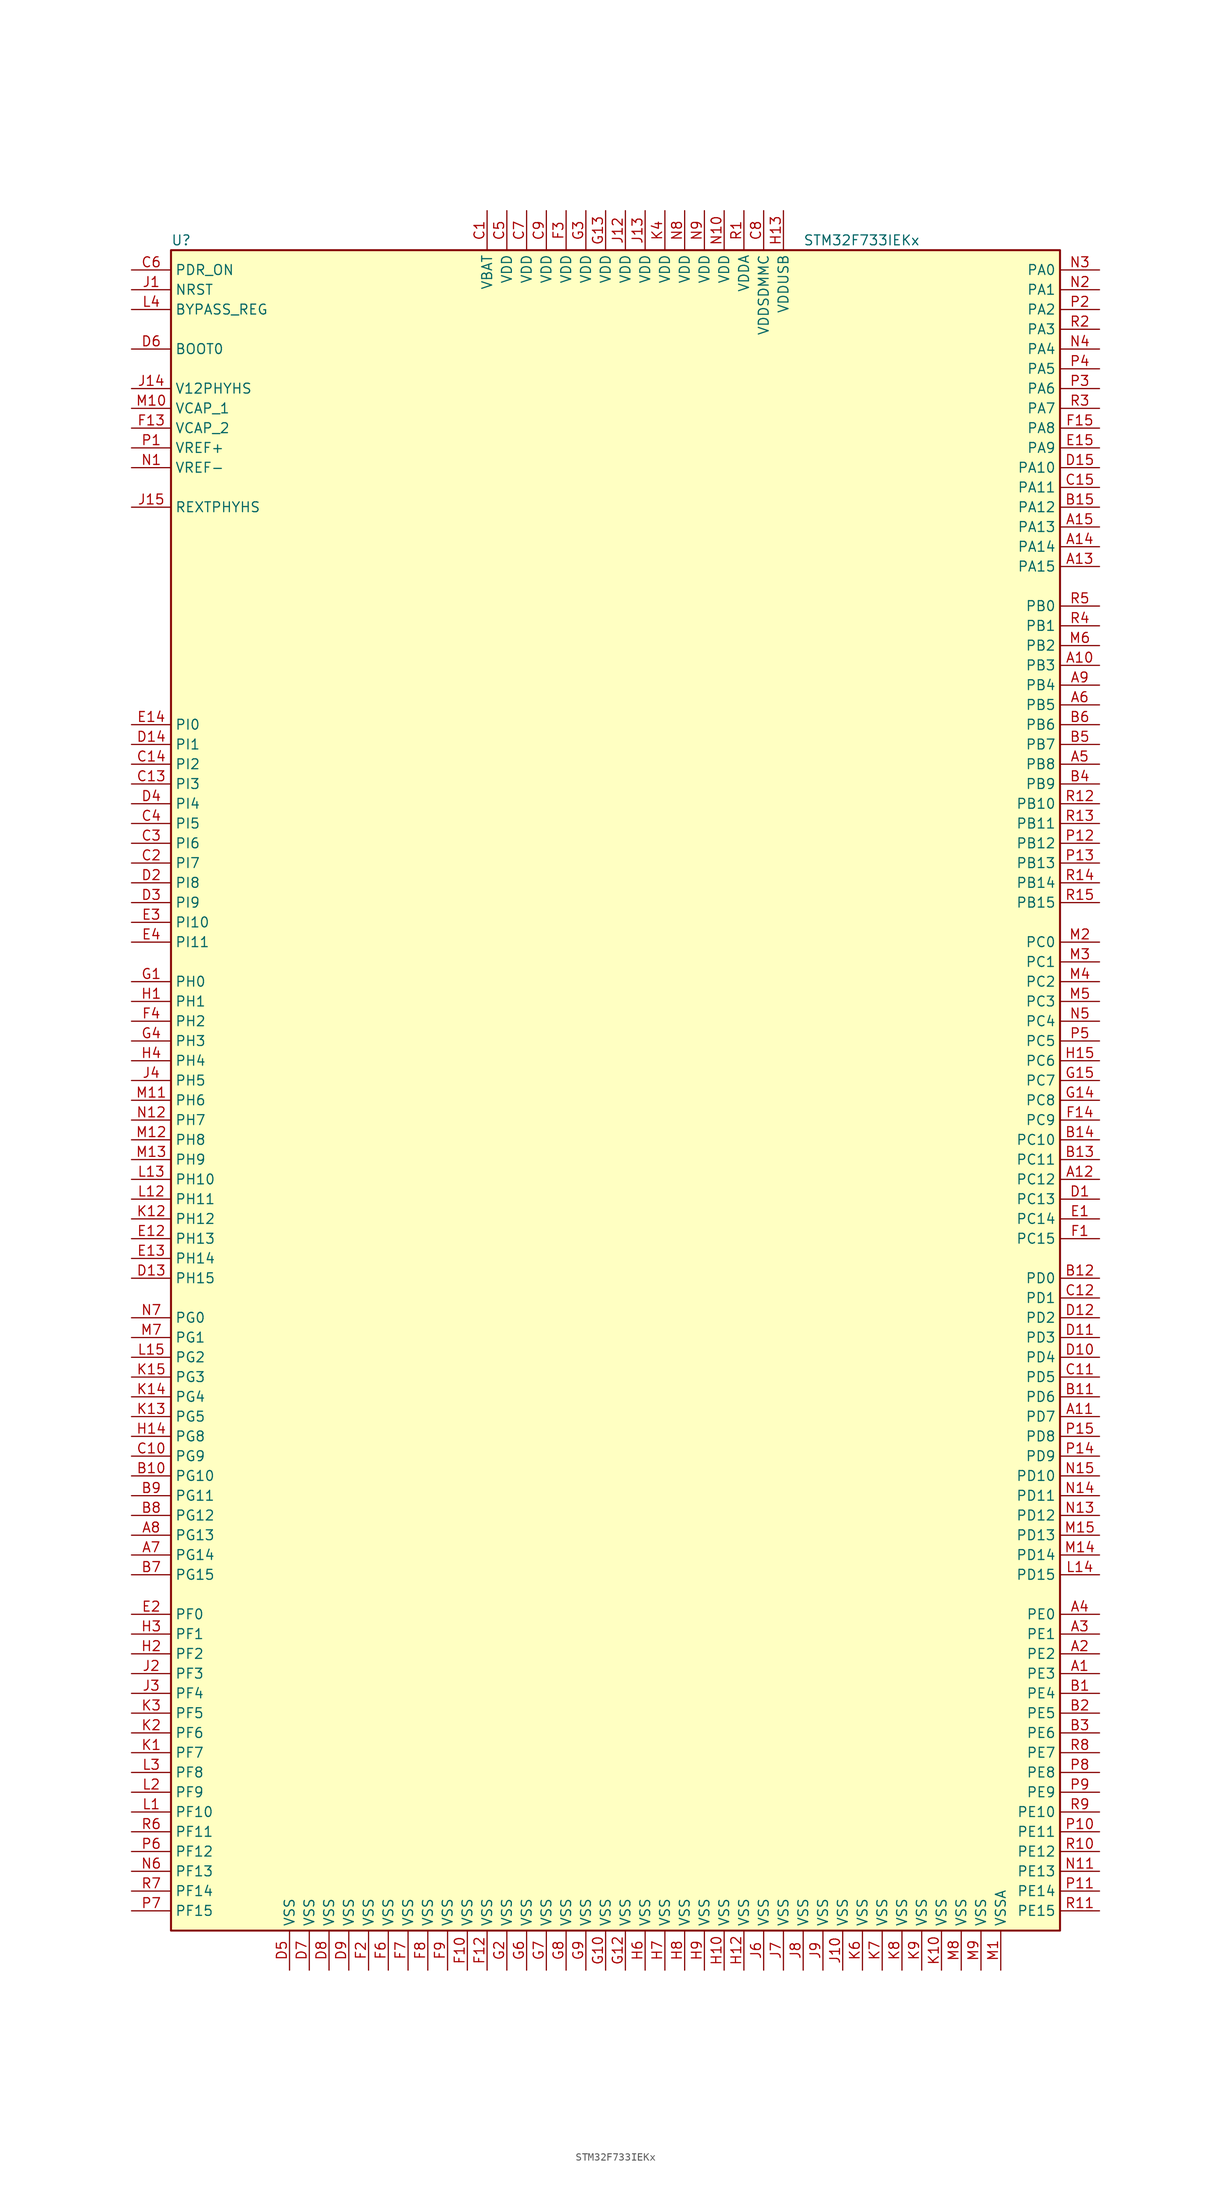
<source format=kicad_sym>
(kicad_symbol_lib
  (version 20220914)
  (generator kicad_symbol_editor)
  (symbol "STM32F733IEKx"
    (property "Reference" "U"
      (at -58.42 107.95 0)
      (effects (font (size 1.27 1.27)) (justify left)))
    (property "Value" "STM32F733IEKx"
      (at 22.86 107.95 0)
      (effects (font (size 1.27 1.27)) (justify left)))
    (symbol "STM32F733IEKx_0_1"
      (rectangle (start -58.42 -109.22) (end 55.88 106.68) (stroke (width 0.254) (type default)) (fill (type background))))
    (symbol "STM32F733IEKx_1_1"
      (pin bidirectional line (at 60.96 -76.2 180) (length 5.08) (name "PE3" (effects (font (size 1.27 1.27)))) (number "A1" (effects (font (size 1.27 1.27)))))
      (pin bidirectional line (at 60.96 53.34 180) (length 5.08) (name "PB3" (effects (font (size 1.27 1.27)))) (number "A10" (effects (font (size 1.27 1.27)))))
      (pin bidirectional line (at 60.96 -43.18 180) (length 5.08) (name "PD7" (effects (font (size 1.27 1.27)))) (number "A11" (effects (font (size 1.27 1.27)))))
      (pin bidirectional line (at 60.96 -12.7 180) (length 5.08) (name "PC12" (effects (font (size 1.27 1.27)))) (number "A12" (effects (font (size 1.27 1.27)))))
      (pin bidirectional line (at 60.96 66.04 180) (length 5.08) (name "PA15" (effects (font (size 1.27 1.27)))) (number "A13" (effects (font (size 1.27 1.27)))))
      (pin bidirectional line (at 60.96 68.58 180) (length 5.08) (name "PA14" (effects (font (size 1.27 1.27)))) (number "A14" (effects (font (size 1.27 1.27)))))
      (pin bidirectional line (at 60.96 71.12 180) (length 5.08) (name "PA13" (effects (font (size 1.27 1.27)))) (number "A15" (effects (font (size 1.27 1.27)))))
      (pin bidirectional line (at 60.96 -73.66 180) (length 5.08) (name "PE2" (effects (font (size 1.27 1.27)))) (number "A2" (effects (font (size 1.27 1.27)))))
      (pin bidirectional line (at 60.96 -71.12 180) (length 5.08) (name "PE1" (effects (font (size 1.27 1.27)))) (number "A3" (effects (font (size 1.27 1.27)))))
      (pin bidirectional line (at 60.96 -68.58 180) (length 5.08) (name "PE0" (effects (font (size 1.27 1.27)))) (number "A4" (effects (font (size 1.27 1.27)))))
      (pin bidirectional line (at 60.96 40.64 180) (length 5.08) (name "PB8" (effects (font (size 1.27 1.27)))) (number "A5" (effects (font (size 1.27 1.27)))))
      (pin bidirectional line (at 60.96 48.26 180) (length 5.08) (name "PB5" (effects (font (size 1.27 1.27)))) (number "A6" (effects (font (size 1.27 1.27)))))
      (pin bidirectional line (at -63.5 -60.96 0) (length 5.08) (name "PG14" (effects (font (size 1.27 1.27)))) (number "A7" (effects (font (size 1.27 1.27)))))
      (pin bidirectional line (at -63.5 -58.42 0) (length 5.08) (name "PG13" (effects (font (size 1.27 1.27)))) (number "A8" (effects (font (size 1.27 1.27)))))
      (pin bidirectional line (at 60.96 50.8 180) (length 5.08) (name "PB4" (effects (font (size 1.27 1.27)))) (number "A9" (effects (font (size 1.27 1.27)))))
      (pin bidirectional line (at 60.96 -78.74 180) (length 5.08) (name "PE4" (effects (font (size 1.27 1.27)))) (number "B1" (effects (font (size 1.27 1.27)))))
      (pin bidirectional line (at -63.5 -50.8 0) (length 5.08) (name "PG10" (effects (font (size 1.27 1.27)))) (number "B10" (effects (font (size 1.27 1.27)))))
      (pin bidirectional line (at 60.96 -40.64 180) (length 5.08) (name "PD6" (effects (font (size 1.27 1.27)))) (number "B11" (effects (font (size 1.27 1.27)))))
      (pin bidirectional line (at 60.96 -25.4 180) (length 5.08) (name "PD0" (effects (font (size 1.27 1.27)))) (number "B12" (effects (font (size 1.27 1.27)))))
      (pin bidirectional line (at 60.96 -10.16 180) (length 5.08) (name "PC11" (effects (font (size 1.27 1.27)))) (number "B13" (effects (font (size 1.27 1.27)))))
      (pin bidirectional line (at 60.96 -7.62 180) (length 5.08) (name "PC10" (effects (font (size 1.27 1.27)))) (number "B14" (effects (font (size 1.27 1.27)))))
      (pin bidirectional line (at 60.96 73.66 180) (length 5.08) (name "PA12" (effects (font (size 1.27 1.27)))) (number "B15" (effects (font (size 1.27 1.27)))))
      (pin bidirectional line (at 60.96 -81.28 180) (length 5.08) (name "PE5" (effects (font (size 1.27 1.27)))) (number "B2" (effects (font (size 1.27 1.27)))))
      (pin bidirectional line (at 60.96 -83.82 180) (length 5.08) (name "PE6" (effects (font (size 1.27 1.27)))) (number "B3" (effects (font (size 1.27 1.27)))))
      (pin bidirectional line (at 60.96 38.1 180) (length 5.08) (name "PB9" (effects (font (size 1.27 1.27)))) (number "B4" (effects (font (size 1.27 1.27)))))
      (pin bidirectional line (at 60.96 43.18 180) (length 5.08) (name "PB7" (effects (font (size 1.27 1.27)))) (number "B5" (effects (font (size 1.27 1.27)))))
      (pin bidirectional line (at 60.96 45.72 180) (length 5.08) (name "PB6" (effects (font (size 1.27 1.27)))) (number "B6" (effects (font (size 1.27 1.27)))))
      (pin bidirectional line (at -63.5 -63.5 0) (length 5.08) (name "PG15" (effects (font (size 1.27 1.27)))) (number "B7" (effects (font (size 1.27 1.27)))))
      (pin bidirectional line (at -63.5 -55.88 0) (length 5.08) (name "PG12" (effects (font (size 1.27 1.27)))) (number "B8" (effects (font (size 1.27 1.27)))))
      (pin bidirectional line (at -63.5 -53.34 0) (length 5.08) (name "PG11" (effects (font (size 1.27 1.27)))) (number "B9" (effects (font (size 1.27 1.27)))))
      (pin power_in line (at -17.78 111.76 270) (length 5.08) (name "VBAT" (effects (font (size 1.27 1.27)))) (number "C1" (effects (font (size 1.27 1.27)))))
      (pin bidirectional line (at -63.5 -48.26 0) (length 5.08) (name "PG9" (effects (font (size 1.27 1.27)))) (number "C10" (effects (font (size 1.27 1.27)))))
      (pin bidirectional line (at 60.96 -38.1 180) (length 5.08) (name "PD5" (effects (font (size 1.27 1.27)))) (number "C11" (effects (font (size 1.27 1.27)))))
      (pin bidirectional line (at 60.96 -27.94 180) (length 5.08) (name "PD1" (effects (font (size 1.27 1.27)))) (number "C12" (effects (font (size 1.27 1.27)))))
      (pin bidirectional line (at -63.5 38.1 0) (length 5.08) (name "PI3" (effects (font (size 1.27 1.27)))) (number "C13" (effects (font (size 1.27 1.27)))))
      (pin bidirectional line (at -63.5 40.64 0) (length 5.08) (name "PI2" (effects (font (size 1.27 1.27)))) (number "C14" (effects (font (size 1.27 1.27)))))
      (pin bidirectional line (at 60.96 76.2 180) (length 5.08) (name "PA11" (effects (font (size 1.27 1.27)))) (number "C15" (effects (font (size 1.27 1.27)))))
      (pin bidirectional line (at -63.5 27.94 0) (length 5.08) (name "PI7" (effects (font (size 1.27 1.27)))) (number "C2" (effects (font (size 1.27 1.27)))))
      (pin bidirectional line (at -63.5 30.48 0) (length 5.08) (name "PI6" (effects (font (size 1.27 1.27)))) (number "C3" (effects (font (size 1.27 1.27)))))
      (pin bidirectional line (at -63.5 33.02 0) (length 5.08) (name "PI5" (effects (font (size 1.27 1.27)))) (number "C4" (effects (font (size 1.27 1.27)))))
      (pin power_in line (at -15.24 111.76 270) (length 5.08) (name "VDD" (effects (font (size 1.27 1.27)))) (number "C5" (effects (font (size 1.27 1.27)))))
      (pin input line (at -63.5 104.14 0) (length 5.08) (name "PDR_ON" (effects (font (size 1.27 1.27)))) (number "C6" (effects (font (size 1.27 1.27)))))
      (pin power_in line (at -12.7 111.76 270) (length 5.08) (name "VDD" (effects (font (size 1.27 1.27)))) (number "C7" (effects (font (size 1.27 1.27)))))
      (pin power_in line (at 17.78 111.76 270) (length 5.08) (name "VDDSDMMC" (effects (font (size 1.27 1.27)))) (number "C8" (effects (font (size 1.27 1.27)))))
      (pin power_in line (at -10.16 111.76 270) (length 5.08) (name "VDD" (effects (font (size 1.27 1.27)))) (number "C9" (effects (font (size 1.27 1.27)))))
      (pin bidirectional line (at 60.96 -15.24 180) (length 5.08) (name "PC13" (effects (font (size 1.27 1.27)))) (number "D1" (effects (font (size 1.27 1.27)))))
      (pin bidirectional line (at 60.96 -35.56 180) (length 5.08) (name "PD4" (effects (font (size 1.27 1.27)))) (number "D10" (effects (font (size 1.27 1.27)))))
      (pin bidirectional line (at 60.96 -33.02 180) (length 5.08) (name "PD3" (effects (font (size 1.27 1.27)))) (number "D11" (effects (font (size 1.27 1.27)))))
      (pin bidirectional line (at 60.96 -30.48 180) (length 5.08) (name "PD2" (effects (font (size 1.27 1.27)))) (number "D12" (effects (font (size 1.27 1.27)))))
      (pin bidirectional line (at -63.5 -25.4 0) (length 5.08) (name "PH15" (effects (font (size 1.27 1.27)))) (number "D13" (effects (font (size 1.27 1.27)))))
      (pin bidirectional line (at -63.5 43.18 0) (length 5.08) (name "PI1" (effects (font (size 1.27 1.27)))) (number "D14" (effects (font (size 1.27 1.27)))))
      (pin bidirectional line (at 60.96 78.74 180) (length 5.08) (name "PA10" (effects (font (size 1.27 1.27)))) (number "D15" (effects (font (size 1.27 1.27)))))
      (pin bidirectional line (at -63.5 25.4 0) (length 5.08) (name "PI8" (effects (font (size 1.27 1.27)))) (number "D2" (effects (font (size 1.27 1.27)))))
      (pin bidirectional line (at -63.5 22.86 0) (length 5.08) (name "PI9" (effects (font (size 1.27 1.27)))) (number "D3" (effects (font (size 1.27 1.27)))))
      (pin bidirectional line (at -63.5 35.56 0) (length 5.08) (name "PI4" (effects (font (size 1.27 1.27)))) (number "D4" (effects (font (size 1.27 1.27)))))
      (pin power_in line (at -43.18 -114.3 90) (length 5.08) (name "VSS" (effects (font (size 1.27 1.27)))) (number "D5" (effects (font (size 1.27 1.27)))))
      (pin input line (at -63.5 93.98 0) (length 5.08) (name "BOOT0" (effects (font (size 1.27 1.27)))) (number "D6" (effects (font (size 1.27 1.27)))))
      (pin power_in line (at -40.64 -114.3 90) (length 5.08) (name "VSS" (effects (font (size 1.27 1.27)))) (number "D7" (effects (font (size 1.27 1.27)))))
      (pin power_in line (at -38.1 -114.3 90) (length 5.08) (name "VSS" (effects (font (size 1.27 1.27)))) (number "D8" (effects (font (size 1.27 1.27)))))
      (pin power_in line (at -35.56 -114.3 90) (length 5.08) (name "VSS" (effects (font (size 1.27 1.27)))) (number "D9" (effects (font (size 1.27 1.27)))))
      (pin bidirectional line (at 60.96 -17.78 180) (length 5.08) (name "PC14" (effects (font (size 1.27 1.27)))) (number "E1" (effects (font (size 1.27 1.27)))))
      (pin bidirectional line (at -63.5 -20.32 0) (length 5.08) (name "PH13" (effects (font (size 1.27 1.27)))) (number "E12" (effects (font (size 1.27 1.27)))))
      (pin bidirectional line (at -63.5 -22.86 0) (length 5.08) (name "PH14" (effects (font (size 1.27 1.27)))) (number "E13" (effects (font (size 1.27 1.27)))))
      (pin bidirectional line (at -63.5 45.72 0) (length 5.08) (name "PI0" (effects (font (size 1.27 1.27)))) (number "E14" (effects (font (size 1.27 1.27)))))
      (pin bidirectional line (at 60.96 81.28 180) (length 5.08) (name "PA9" (effects (font (size 1.27 1.27)))) (number "E15" (effects (font (size 1.27 1.27)))))
      (pin bidirectional line (at -63.5 -68.58 0) (length 5.08) (name "PF0" (effects (font (size 1.27 1.27)))) (number "E2" (effects (font (size 1.27 1.27)))))
      (pin bidirectional line (at -63.5 20.32 0) (length 5.08) (name "PI10" (effects (font (size 1.27 1.27)))) (number "E3" (effects (font (size 1.27 1.27)))))
      (pin bidirectional line (at -63.5 17.78 0) (length 5.08) (name "PI11" (effects (font (size 1.27 1.27)))) (number "E4" (effects (font (size 1.27 1.27)))))
      (pin bidirectional line (at 60.96 -20.32 180) (length 5.08) (name "PC15" (effects (font (size 1.27 1.27)))) (number "F1" (effects (font (size 1.27 1.27)))))
      (pin power_in line (at -20.32 -114.3 90) (length 5.08) (name "VSS" (effects (font (size 1.27 1.27)))) (number "F10" (effects (font (size 1.27 1.27)))))
      (pin power_in line (at -17.78 -114.3 90) (length 5.08) (name "VSS" (effects (font (size 1.27 1.27)))) (number "F12" (effects (font (size 1.27 1.27)))))
      (pin power_in line (at -63.5 83.82 0) (length 5.08) (name "VCAP_2" (effects (font (size 1.27 1.27)))) (number "F13" (effects (font (size 1.27 1.27)))))
      (pin bidirectional line (at 60.96 -5.08 180) (length 5.08) (name "PC9" (effects (font (size 1.27 1.27)))) (number "F14" (effects (font (size 1.27 1.27)))))
      (pin bidirectional line (at 60.96 83.82 180) (length 5.08) (name "PA8" (effects (font (size 1.27 1.27)))) (number "F15" (effects (font (size 1.27 1.27)))))
      (pin power_in line (at -33.02 -114.3 90) (length 5.08) (name "VSS" (effects (font (size 1.27 1.27)))) (number "F2" (effects (font (size 1.27 1.27)))))
      (pin power_in line (at -7.62 111.76 270) (length 5.08) (name "VDD" (effects (font (size 1.27 1.27)))) (number "F3" (effects (font (size 1.27 1.27)))))
      (pin bidirectional line (at -63.5 7.62 0) (length 5.08) (name "PH2" (effects (font (size 1.27 1.27)))) (number "F4" (effects (font (size 1.27 1.27)))))
      (pin power_in line (at -30.48 -114.3 90) (length 5.08) (name "VSS" (effects (font (size 1.27 1.27)))) (number "F6" (effects (font (size 1.27 1.27)))))
      (pin power_in line (at -27.94 -114.3 90) (length 5.08) (name "VSS" (effects (font (size 1.27 1.27)))) (number "F7" (effects (font (size 1.27 1.27)))))
      (pin power_in line (at -25.4 -114.3 90) (length 5.08) (name "VSS" (effects (font (size 1.27 1.27)))) (number "F8" (effects (font (size 1.27 1.27)))))
      (pin power_in line (at -22.86 -114.3 90) (length 5.08) (name "VSS" (effects (font (size 1.27 1.27)))) (number "F9" (effects (font (size 1.27 1.27)))))
      (pin input line (at -63.5 12.7 0) (length 5.08) (name "PH0" (effects (font (size 1.27 1.27)))) (number "G1" (effects (font (size 1.27 1.27)))))
      (pin power_in line (at -2.54 -114.3 90) (length 5.08) (name "VSS" (effects (font (size 1.27 1.27)))) (number "G10" (effects (font (size 1.27 1.27)))))
      (pin power_in line (at 0 -114.3 90) (length 5.08) (name "VSS" (effects (font (size 1.27 1.27)))) (number "G12" (effects (font (size 1.27 1.27)))))
      (pin power_in line (at -2.54 111.76 270) (length 5.08) (name "VDD" (effects (font (size 1.27 1.27)))) (number "G13" (effects (font (size 1.27 1.27)))))
      (pin bidirectional line (at 60.96 -2.54 180) (length 5.08) (name "PC8" (effects (font (size 1.27 1.27)))) (number "G14" (effects (font (size 1.27 1.27)))))
      (pin bidirectional line (at 60.96 0 180) (length 5.08) (name "PC7" (effects (font (size 1.27 1.27)))) (number "G15" (effects (font (size 1.27 1.27)))))
      (pin power_in line (at -15.24 -114.3 90) (length 5.08) (name "VSS" (effects (font (size 1.27 1.27)))) (number "G2" (effects (font (size 1.27 1.27)))))
      (pin power_in line (at -5.08 111.76 270) (length 5.08) (name "VDD" (effects (font (size 1.27 1.27)))) (number "G3" (effects (font (size 1.27 1.27)))))
      (pin bidirectional line (at -63.5 5.08 0) (length 5.08) (name "PH3" (effects (font (size 1.27 1.27)))) (number "G4" (effects (font (size 1.27 1.27)))))
      (pin power_in line (at -12.7 -114.3 90) (length 5.08) (name "VSS" (effects (font (size 1.27 1.27)))) (number "G6" (effects (font (size 1.27 1.27)))))
      (pin power_in line (at -10.16 -114.3 90) (length 5.08) (name "VSS" (effects (font (size 1.27 1.27)))) (number "G7" (effects (font (size 1.27 1.27)))))
      (pin power_in line (at -7.62 -114.3 90) (length 5.08) (name "VSS" (effects (font (size 1.27 1.27)))) (number "G8" (effects (font (size 1.27 1.27)))))
      (pin power_in line (at -5.08 -114.3 90) (length 5.08) (name "VSS" (effects (font (size 1.27 1.27)))) (number "G9" (effects (font (size 1.27 1.27)))))
      (pin input line (at -63.5 10.16 0) (length 5.08) (name "PH1" (effects (font (size 1.27 1.27)))) (number "H1" (effects (font (size 1.27 1.27)))))
      (pin power_in line (at 12.7 -114.3 90) (length 5.08) (name "VSS" (effects (font (size 1.27 1.27)))) (number "H10" (effects (font (size 1.27 1.27)))))
      (pin power_in line (at 15.24 -114.3 90) (length 5.08) (name "VSS" (effects (font (size 1.27 1.27)))) (number "H12" (effects (font (size 1.27 1.27)))))
      (pin power_in line (at 20.32 111.76 270) (length 5.08) (name "VDDUSB" (effects (font (size 1.27 1.27)))) (number "H13" (effects (font (size 1.27 1.27)))))
      (pin bidirectional line (at -63.5 -45.72 0) (length 5.08) (name "PG8" (effects (font (size 1.27 1.27)))) (number "H14" (effects (font (size 1.27 1.27)))))
      (pin bidirectional line (at 60.96 2.54 180) (length 5.08) (name "PC6" (effects (font (size 1.27 1.27)))) (number "H15" (effects (font (size 1.27 1.27)))))
      (pin bidirectional line (at -63.5 -73.66 0) (length 5.08) (name "PF2" (effects (font (size 1.27 1.27)))) (number "H2" (effects (font (size 1.27 1.27)))))
      (pin bidirectional line (at -63.5 -71.12 0) (length 5.08) (name "PF1" (effects (font (size 1.27 1.27)))) (number "H3" (effects (font (size 1.27 1.27)))))
      (pin bidirectional line (at -63.5 2.54 0) (length 5.08) (name "PH4" (effects (font (size 1.27 1.27)))) (number "H4" (effects (font (size 1.27 1.27)))))
      (pin power_in line (at 2.54 -114.3 90) (length 5.08) (name "VSS" (effects (font (size 1.27 1.27)))) (number "H6" (effects (font (size 1.27 1.27)))))
      (pin power_in line (at 5.08 -114.3 90) (length 5.08) (name "VSS" (effects (font (size 1.27 1.27)))) (number "H7" (effects (font (size 1.27 1.27)))))
      (pin power_in line (at 7.62 -114.3 90) (length 5.08) (name "VSS" (effects (font (size 1.27 1.27)))) (number "H8" (effects (font (size 1.27 1.27)))))
      (pin power_in line (at 10.16 -114.3 90) (length 5.08) (name "VSS" (effects (font (size 1.27 1.27)))) (number "H9" (effects (font (size 1.27 1.27)))))
      (pin input line (at -63.5 101.6 0) (length 5.08) (name "NRST" (effects (font (size 1.27 1.27)))) (number "J1" (effects (font (size 1.27 1.27)))))
      (pin power_in line (at 27.94 -114.3 90) (length 5.08) (name "VSS" (effects (font (size 1.27 1.27)))) (number "J10" (effects (font (size 1.27 1.27)))))
      (pin power_in line (at 0 111.76 270) (length 5.08) (name "VDD" (effects (font (size 1.27 1.27)))) (number "J12" (effects (font (size 1.27 1.27)))))
      (pin power_in line (at 2.54 111.76 270) (length 5.08) (name "VDD" (effects (font (size 1.27 1.27)))) (number "J13" (effects (font (size 1.27 1.27)))))
      (pin power_in line (at -63.5 88.9 0) (length 5.08) (name "V12PHYHS" (effects (font (size 1.27 1.27)))) (number "J14" (effects (font (size 1.27 1.27)))))
      (pin bidirectional line (at -63.5 73.66 0) (length 5.08) (name "REXTPHYHS" (effects (font (size 1.27 1.27)))) (number "J15" (effects (font (size 1.27 1.27)))))
      (pin bidirectional line (at -63.5 -76.2 0) (length 5.08) (name "PF3" (effects (font (size 1.27 1.27)))) (number "J2" (effects (font (size 1.27 1.27)))))
      (pin bidirectional line (at -63.5 -78.74 0) (length 5.08) (name "PF4" (effects (font (size 1.27 1.27)))) (number "J3" (effects (font (size 1.27 1.27)))))
      (pin bidirectional line (at -63.5 0 0) (length 5.08) (name "PH5" (effects (font (size 1.27 1.27)))) (number "J4" (effects (font (size 1.27 1.27)))))
      (pin power_in line (at 17.78 -114.3 90) (length 5.08) (name "VSS" (effects (font (size 1.27 1.27)))) (number "J6" (effects (font (size 1.27 1.27)))))
      (pin power_in line (at 20.32 -114.3 90) (length 5.08) (name "VSS" (effects (font (size 1.27 1.27)))) (number "J7" (effects (font (size 1.27 1.27)))))
      (pin power_in line (at 22.86 -114.3 90) (length 5.08) (name "VSS" (effects (font (size 1.27 1.27)))) (number "J8" (effects (font (size 1.27 1.27)))))
      (pin power_in line (at 25.4 -114.3 90) (length 5.08) (name "VSS" (effects (font (size 1.27 1.27)))) (number "J9" (effects (font (size 1.27 1.27)))))
      (pin bidirectional line (at -63.5 -86.36 0) (length 5.08) (name "PF7" (effects (font (size 1.27 1.27)))) (number "K1" (effects (font (size 1.27 1.27)))))
      (pin power_in line (at 40.64 -114.3 90) (length 5.08) (name "VSS" (effects (font (size 1.27 1.27)))) (number "K10" (effects (font (size 1.27 1.27)))))
      (pin bidirectional line (at -63.5 -17.78 0) (length 5.08) (name "PH12" (effects (font (size 1.27 1.27)))) (number "K12" (effects (font (size 1.27 1.27)))))
      (pin bidirectional line (at -63.5 -43.18 0) (length 5.08) (name "PG5" (effects (font (size 1.27 1.27)))) (number "K13" (effects (font (size 1.27 1.27)))))
      (pin bidirectional line (at -63.5 -40.64 0) (length 5.08) (name "PG4" (effects (font (size 1.27 1.27)))) (number "K14" (effects (font (size 1.27 1.27)))))
      (pin bidirectional line (at -63.5 -38.1 0) (length 5.08) (name "PG3" (effects (font (size 1.27 1.27)))) (number "K15" (effects (font (size 1.27 1.27)))))
      (pin bidirectional line (at -63.5 -83.82 0) (length 5.08) (name "PF6" (effects (font (size 1.27 1.27)))) (number "K2" (effects (font (size 1.27 1.27)))))
      (pin bidirectional line (at -63.5 -81.28 0) (length 5.08) (name "PF5" (effects (font (size 1.27 1.27)))) (number "K3" (effects (font (size 1.27 1.27)))))
      (pin power_in line (at 5.08 111.76 270) (length 5.08) (name "VDD" (effects (font (size 1.27 1.27)))) (number "K4" (effects (font (size 1.27 1.27)))))
      (pin power_in line (at 30.48 -114.3 90) (length 5.08) (name "VSS" (effects (font (size 1.27 1.27)))) (number "K6" (effects (font (size 1.27 1.27)))))
      (pin power_in line (at 33.02 -114.3 90) (length 5.08) (name "VSS" (effects (font (size 1.27 1.27)))) (number "K7" (effects (font (size 1.27 1.27)))))
      (pin power_in line (at 35.56 -114.3 90) (length 5.08) (name "VSS" (effects (font (size 1.27 1.27)))) (number "K8" (effects (font (size 1.27 1.27)))))
      (pin power_in line (at 38.1 -114.3 90) (length 5.08) (name "VSS" (effects (font (size 1.27 1.27)))) (number "K9" (effects (font (size 1.27 1.27)))))
      (pin bidirectional line (at -63.5 -93.98 0) (length 5.08) (name "PF10" (effects (font (size 1.27 1.27)))) (number "L1" (effects (font (size 1.27 1.27)))))
      (pin bidirectional line (at -63.5 -15.24 0) (length 5.08) (name "PH11" (effects (font (size 1.27 1.27)))) (number "L12" (effects (font (size 1.27 1.27)))))
      (pin bidirectional line (at -63.5 -12.7 0) (length 5.08) (name "PH10" (effects (font (size 1.27 1.27)))) (number "L13" (effects (font (size 1.27 1.27)))))
      (pin bidirectional line (at 60.96 -63.5 180) (length 5.08) (name "PD15" (effects (font (size 1.27 1.27)))) (number "L14" (effects (font (size 1.27 1.27)))))
      (pin bidirectional line (at -63.5 -35.56 0) (length 5.08) (name "PG2" (effects (font (size 1.27 1.27)))) (number "L15" (effects (font (size 1.27 1.27)))))
      (pin bidirectional line (at -63.5 -91.44 0) (length 5.08) (name "PF9" (effects (font (size 1.27 1.27)))) (number "L2" (effects (font (size 1.27 1.27)))))
      (pin bidirectional line (at -63.5 -88.9 0) (length 5.08) (name "PF8" (effects (font (size 1.27 1.27)))) (number "L3" (effects (font (size 1.27 1.27)))))
      (pin input line (at -63.5 99.06 0) (length 5.08) (name "BYPASS_REG" (effects (font (size 1.27 1.27)))) (number "L4" (effects (font (size 1.27 1.27)))))
      (pin power_in line (at 48.26 -114.3 90) (length 5.08) (name "VSSA" (effects (font (size 1.27 1.27)))) (number "M1" (effects (font (size 1.27 1.27)))))
      (pin power_in line (at -63.5 86.36 0) (length 5.08) (name "VCAP_1" (effects (font (size 1.27 1.27)))) (number "M10" (effects (font (size 1.27 1.27)))))
      (pin bidirectional line (at -63.5 -2.54 0) (length 5.08) (name "PH6" (effects (font (size 1.27 1.27)))) (number "M11" (effects (font (size 1.27 1.27)))))
      (pin bidirectional line (at -63.5 -7.62 0) (length 5.08) (name "PH8" (effects (font (size 1.27 1.27)))) (number "M12" (effects (font (size 1.27 1.27)))))
      (pin bidirectional line (at -63.5 -10.16 0) (length 5.08) (name "PH9" (effects (font (size 1.27 1.27)))) (number "M13" (effects (font (size 1.27 1.27)))))
      (pin bidirectional line (at 60.96 -60.96 180) (length 5.08) (name "PD14" (effects (font (size 1.27 1.27)))) (number "M14" (effects (font (size 1.27 1.27)))))
      (pin bidirectional line (at 60.96 -58.42 180) (length 5.08) (name "PD13" (effects (font (size 1.27 1.27)))) (number "M15" (effects (font (size 1.27 1.27)))))
      (pin bidirectional line (at 60.96 17.78 180) (length 5.08) (name "PC0" (effects (font (size 1.27 1.27)))) (number "M2" (effects (font (size 1.27 1.27)))))
      (pin bidirectional line (at 60.96 15.24 180) (length 5.08) (name "PC1" (effects (font (size 1.27 1.27)))) (number "M3" (effects (font (size 1.27 1.27)))))
      (pin bidirectional line (at 60.96 12.7 180) (length 5.08) (name "PC2" (effects (font (size 1.27 1.27)))) (number "M4" (effects (font (size 1.27 1.27)))))
      (pin bidirectional line (at 60.96 10.16 180) (length 5.08) (name "PC3" (effects (font (size 1.27 1.27)))) (number "M5" (effects (font (size 1.27 1.27)))))
      (pin bidirectional line (at 60.96 55.88 180) (length 5.08) (name "PB2" (effects (font (size 1.27 1.27)))) (number "M6" (effects (font (size 1.27 1.27)))))
      (pin bidirectional line (at -63.5 -33.02 0) (length 5.08) (name "PG1" (effects (font (size 1.27 1.27)))) (number "M7" (effects (font (size 1.27 1.27)))))
      (pin power_in line (at 43.18 -114.3 90) (length 5.08) (name "VSS" (effects (font (size 1.27 1.27)))) (number "M8" (effects (font (size 1.27 1.27)))))
      (pin power_in line (at 45.72 -114.3 90) (length 5.08) (name "VSS" (effects (font (size 1.27 1.27)))) (number "M9" (effects (font (size 1.27 1.27)))))
      (pin power_in line (at -63.5 78.74 0) (length 5.08) (name "VREF-" (effects (font (size 1.27 1.27)))) (number "N1" (effects (font (size 1.27 1.27)))))
      (pin power_in line (at 12.7 111.76 270) (length 5.08) (name "VDD" (effects (font (size 1.27 1.27)))) (number "N10" (effects (font (size 1.27 1.27)))))
      (pin bidirectional line (at 60.96 -101.6 180) (length 5.08) (name "PE13" (effects (font (size 1.27 1.27)))) (number "N11" (effects (font (size 1.27 1.27)))))
      (pin bidirectional line (at -63.5 -5.08 0) (length 5.08) (name "PH7" (effects (font (size 1.27 1.27)))) (number "N12" (effects (font (size 1.27 1.27)))))
      (pin bidirectional line (at 60.96 -55.88 180) (length 5.08) (name "PD12" (effects (font (size 1.27 1.27)))) (number "N13" (effects (font (size 1.27 1.27)))))
      (pin bidirectional line (at 60.96 -53.34 180) (length 5.08) (name "PD11" (effects (font (size 1.27 1.27)))) (number "N14" (effects (font (size 1.27 1.27)))))
      (pin bidirectional line (at 60.96 -50.8 180) (length 5.08) (name "PD10" (effects (font (size 1.27 1.27)))) (number "N15" (effects (font (size 1.27 1.27)))))
      (pin bidirectional line (at 60.96 101.6 180) (length 5.08) (name "PA1" (effects (font (size 1.27 1.27)))) (number "N2" (effects (font (size 1.27 1.27)))))
      (pin bidirectional line (at 60.96 104.14 180) (length 5.08) (name "PA0" (effects (font (size 1.27 1.27)))) (number "N3" (effects (font (size 1.27 1.27)))))
      (pin bidirectional line (at 60.96 93.98 180) (length 5.08) (name "PA4" (effects (font (size 1.27 1.27)))) (number "N4" (effects (font (size 1.27 1.27)))))
      (pin bidirectional line (at 60.96 7.62 180) (length 5.08) (name "PC4" (effects (font (size 1.27 1.27)))) (number "N5" (effects (font (size 1.27 1.27)))))
      (pin bidirectional line (at -63.5 -101.6 0) (length 5.08) (name "PF13" (effects (font (size 1.27 1.27)))) (number "N6" (effects (font (size 1.27 1.27)))))
      (pin bidirectional line (at -63.5 -30.48 0) (length 5.08) (name "PG0" (effects (font (size 1.27 1.27)))) (number "N7" (effects (font (size 1.27 1.27)))))
      (pin power_in line (at 7.62 111.76 270) (length 5.08) (name "VDD" (effects (font (size 1.27 1.27)))) (number "N8" (effects (font (size 1.27 1.27)))))
      (pin power_in line (at 10.16 111.76 270) (length 5.08) (name "VDD" (effects (font (size 1.27 1.27)))) (number "N9" (effects (font (size 1.27 1.27)))))
      (pin power_in line (at -63.5 81.28 0) (length 5.08) (name "VREF+" (effects (font (size 1.27 1.27)))) (number "P1" (effects (font (size 1.27 1.27)))))
      (pin bidirectional line (at 60.96 -96.52 180) (length 5.08) (name "PE11" (effects (font (size 1.27 1.27)))) (number "P10" (effects (font (size 1.27 1.27)))))
      (pin bidirectional line (at 60.96 -104.14 180) (length 5.08) (name "PE14" (effects (font (size 1.27 1.27)))) (number "P11" (effects (font (size 1.27 1.27)))))
      (pin bidirectional line (at 60.96 30.48 180) (length 5.08) (name "PB12" (effects (font (size 1.27 1.27)))) (number "P12" (effects (font (size 1.27 1.27)))))
      (pin bidirectional line (at 60.96 27.94 180) (length 5.08) (name "PB13" (effects (font (size 1.27 1.27)))) (number "P13" (effects (font (size 1.27 1.27)))))
      (pin bidirectional line (at 60.96 -48.26 180) (length 5.08) (name "PD9" (effects (font (size 1.27 1.27)))) (number "P14" (effects (font (size 1.27 1.27)))))
      (pin bidirectional line (at 60.96 -45.72 180) (length 5.08) (name "PD8" (effects (font (size 1.27 1.27)))) (number "P15" (effects (font (size 1.27 1.27)))))
      (pin bidirectional line (at 60.96 99.06 180) (length 5.08) (name "PA2" (effects (font (size 1.27 1.27)))) (number "P2" (effects (font (size 1.27 1.27)))))
      (pin bidirectional line (at 60.96 88.9 180) (length 5.08) (name "PA6" (effects (font (size 1.27 1.27)))) (number "P3" (effects (font (size 1.27 1.27)))))
      (pin bidirectional line (at 60.96 91.44 180) (length 5.08) (name "PA5" (effects (font (size 1.27 1.27)))) (number "P4" (effects (font (size 1.27 1.27)))))
      (pin bidirectional line (at 60.96 5.08 180) (length 5.08) (name "PC5" (effects (font (size 1.27 1.27)))) (number "P5" (effects (font (size 1.27 1.27)))))
      (pin bidirectional line (at -63.5 -99.06 0) (length 5.08) (name "PF12" (effects (font (size 1.27 1.27)))) (number "P6" (effects (font (size 1.27 1.27)))))
      (pin bidirectional line (at -63.5 -106.68 0) (length 5.08) (name "PF15" (effects (font (size 1.27 1.27)))) (number "P7" (effects (font (size 1.27 1.27)))))
      (pin bidirectional line (at 60.96 -88.9 180) (length 5.08) (name "PE8" (effects (font (size 1.27 1.27)))) (number "P8" (effects (font (size 1.27 1.27)))))
      (pin bidirectional line (at 60.96 -91.44 180) (length 5.08) (name "PE9" (effects (font (size 1.27 1.27)))) (number "P9" (effects (font (size 1.27 1.27)))))
      (pin power_in line (at 15.24 111.76 270) (length 5.08) (name "VDDA" (effects (font (size 1.27 1.27)))) (number "R1" (effects (font (size 1.27 1.27)))))
      (pin bidirectional line (at 60.96 -99.06 180) (length 5.08) (name "PE12" (effects (font (size 1.27 1.27)))) (number "R10" (effects (font (size 1.27 1.27)))))
      (pin bidirectional line (at 60.96 -106.68 180) (length 5.08) (name "PE15" (effects (font (size 1.27 1.27)))) (number "R11" (effects (font (size 1.27 1.27)))))
      (pin bidirectional line (at 60.96 35.56 180) (length 5.08) (name "PB10" (effects (font (size 1.27 1.27)))) (number "R12" (effects (font (size 1.27 1.27)))))
      (pin bidirectional line (at 60.96 33.02 180) (length 5.08) (name "PB11" (effects (font (size 1.27 1.27)))) (number "R13" (effects (font (size 1.27 1.27)))))
      (pin bidirectional line (at 60.96 25.4 180) (length 5.08) (name "PB14" (effects (font (size 1.27 1.27)))) (number "R14" (effects (font (size 1.27 1.27)))))
      (pin bidirectional line (at 60.96 22.86 180) (length 5.08) (name "PB15" (effects (font (size 1.27 1.27)))) (number "R15" (effects (font (size 1.27 1.27)))))
      (pin bidirectional line (at 60.96 96.52 180) (length 5.08) (name "PA3" (effects (font (size 1.27 1.27)))) (number "R2" (effects (font (size 1.27 1.27)))))
      (pin bidirectional line (at 60.96 86.36 180) (length 5.08) (name "PA7" (effects (font (size 1.27 1.27)))) (number "R3" (effects (font (size 1.27 1.27)))))
      (pin bidirectional line (at 60.96 58.42 180) (length 5.08) (name "PB1" (effects (font (size 1.27 1.27)))) (number "R4" (effects (font (size 1.27 1.27)))))
      (pin bidirectional line (at 60.96 60.96 180) (length 5.08) (name "PB0" (effects (font (size 1.27 1.27)))) (number "R5" (effects (font (size 1.27 1.27)))))
      (pin bidirectional line (at -63.5 -96.52 0) (length 5.08) (name "PF11" (effects (font (size 1.27 1.27)))) (number "R6" (effects (font (size 1.27 1.27)))))
      (pin bidirectional line (at -63.5 -104.14 0) (length 5.08) (name "PF14" (effects (font (size 1.27 1.27)))) (number "R7" (effects (font (size 1.27 1.27)))))
      (pin bidirectional line (at 60.96 -86.36 180) (length 5.08) (name "PE7" (effects (font (size 1.27 1.27)))) (number "R8" (effects (font (size 1.27 1.27)))))
      (pin bidirectional line (at 60.96 -93.98 180) (length 5.08) (name "PE10" (effects (font (size 1.27 1.27)))) (number "R9" (effects (font (size 1.27 1.27))))))))
</source>
